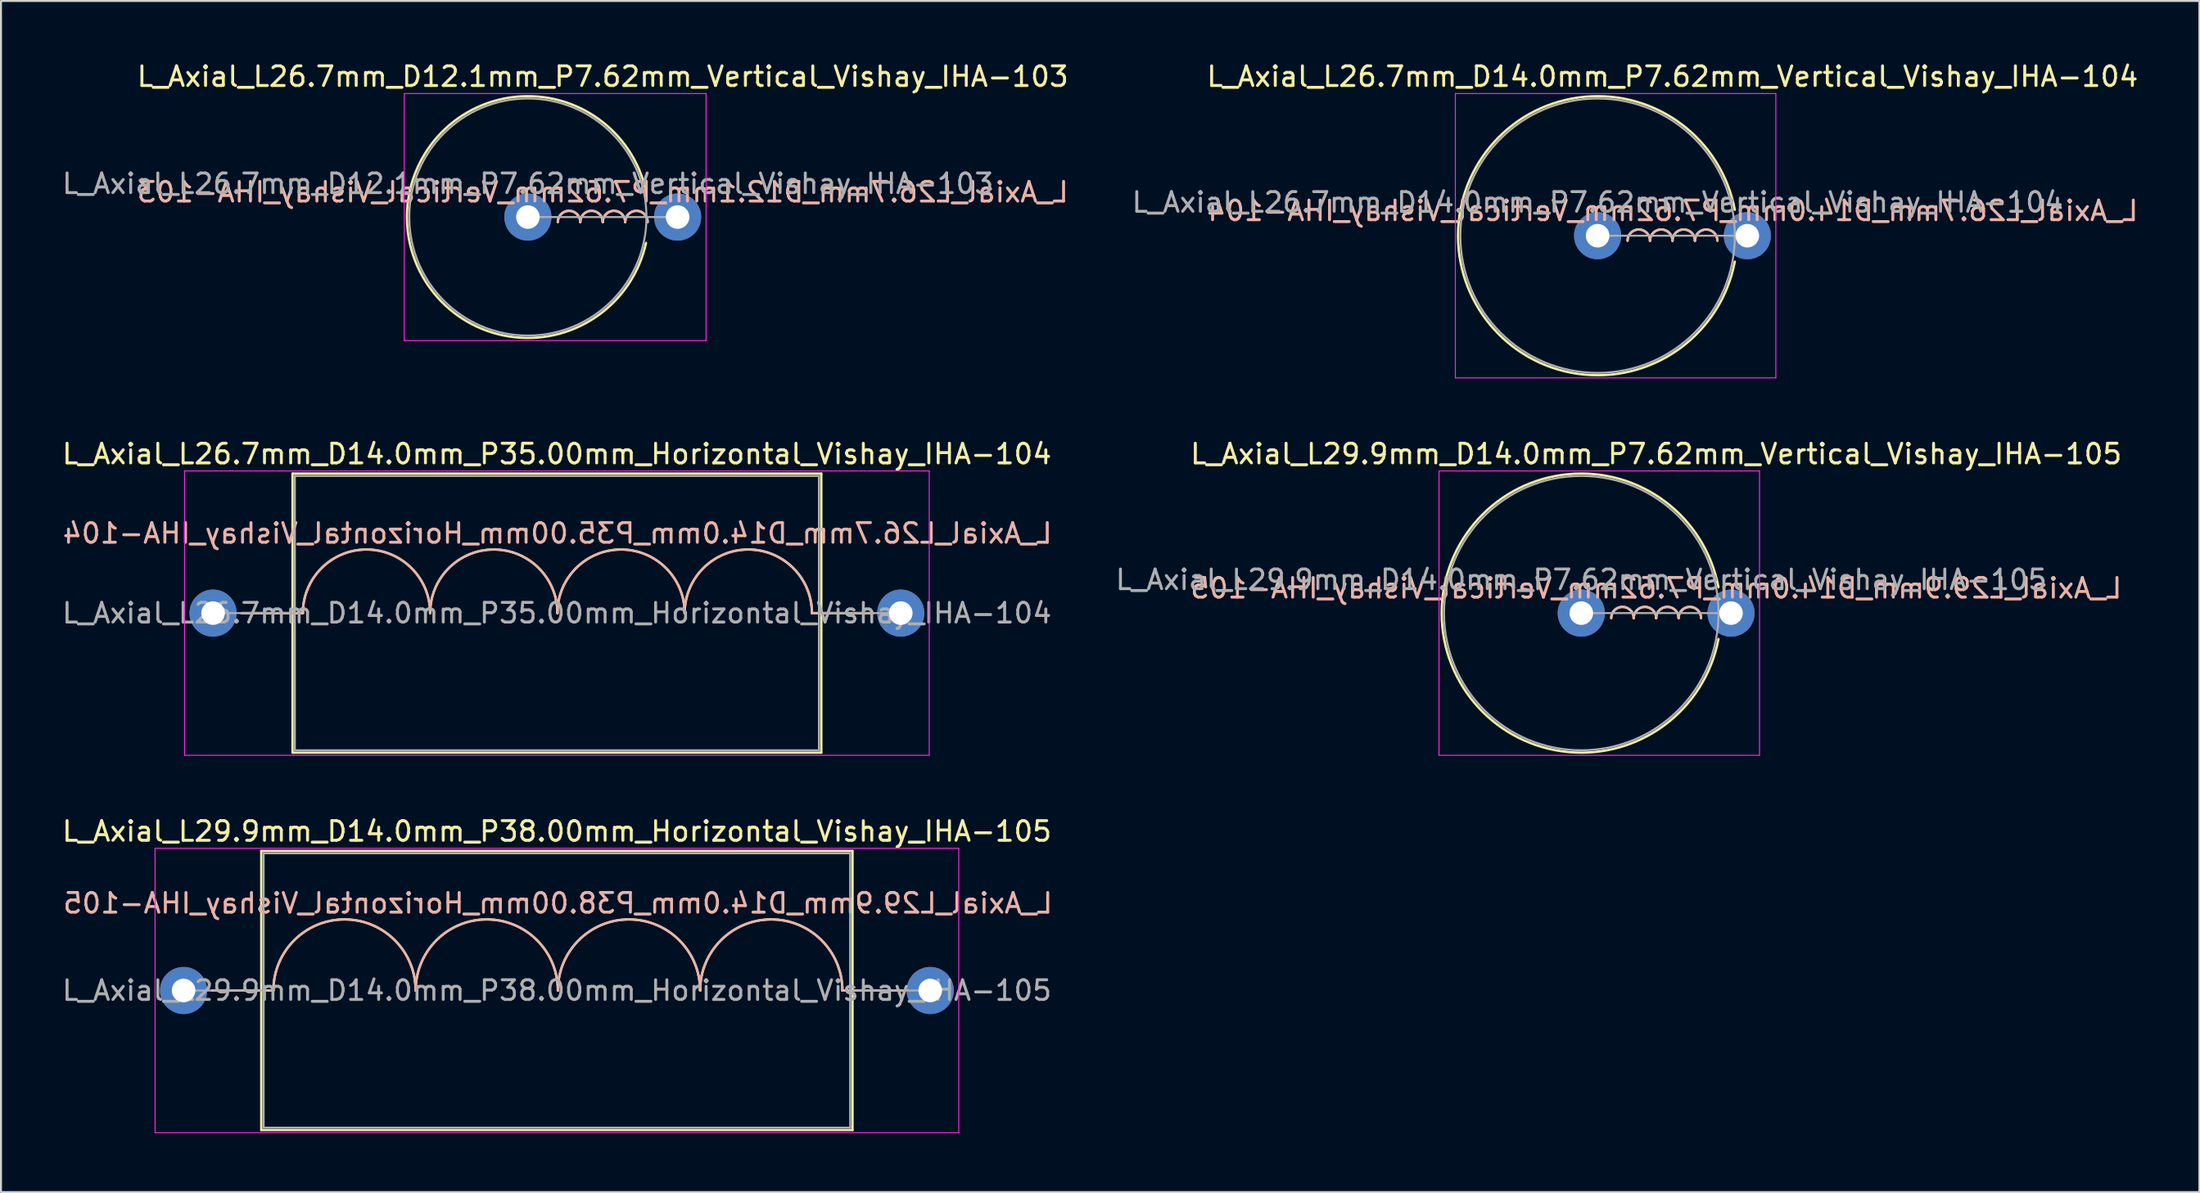
<source format=kicad_pcb>
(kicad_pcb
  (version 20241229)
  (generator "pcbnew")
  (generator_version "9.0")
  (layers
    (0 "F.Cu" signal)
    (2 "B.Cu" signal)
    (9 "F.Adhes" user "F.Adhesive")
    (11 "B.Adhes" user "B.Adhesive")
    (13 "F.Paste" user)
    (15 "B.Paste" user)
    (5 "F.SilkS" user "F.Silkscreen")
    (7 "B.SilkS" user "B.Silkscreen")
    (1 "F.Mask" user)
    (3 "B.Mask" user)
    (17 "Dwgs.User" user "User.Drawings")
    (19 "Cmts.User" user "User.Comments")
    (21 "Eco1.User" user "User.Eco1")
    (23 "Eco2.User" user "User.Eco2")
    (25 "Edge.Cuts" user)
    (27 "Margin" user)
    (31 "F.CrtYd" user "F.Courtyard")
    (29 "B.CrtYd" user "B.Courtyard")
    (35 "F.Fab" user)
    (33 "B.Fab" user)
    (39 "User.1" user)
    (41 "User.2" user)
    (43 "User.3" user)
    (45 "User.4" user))
  (footprint "L_Axial_L26.7mm_D12.1mm_P7.62mm_Vertical_Vishay_IHA-103"
    (layer "F.Cu")
    (at 23.815 8.003)
    (property "Reference" "L_Axial_L26.7mm_D12.1mm_P7.62mm_Vertical_Vishay_IHA-103" (at 3.81 -7.155 0) (layer "F.SilkS") (effects (font (size 1 1) (thickness 0.15))))
    (fp_arc (start 1.524 0.254) (mid 2.0955 -0.3175) (end 2.667 0.254) (stroke (width 0.12) (type solid)) (layer "F.SilkS"))
    (fp_arc (start 2.667 0.254) (mid 3.2385 -0.3175) (end 3.81 0.254) (stroke (width 0.12) (type solid)) (layer "F.SilkS"))
    (fp_arc (start 3.81 0.254) (mid 4.3815 -0.3175) (end 4.953 0.254) (stroke (width 0.12) (type solid)) (layer "F.SilkS"))
    (fp_arc (start 4.953 0.254) (mid 5.5245 -0.3175) (end 6.096 0.254) (stroke (width 0.12) (type solid)) (layer "F.SilkS"))
    (fp_arc (start 6.01179 1.32) (mid -6.155 0) (end 6.01179 -1.32) (stroke (width 0.12) (type solid)) (layer "F.SilkS"))
    (fp_arc (start 1.524 0.254) (mid 2.0955 -0.3175) (end 2.667 0.254) (stroke (width 0.12) (type solid)) (layer "B.SilkS"))
    (fp_arc (start 2.667 0.254) (mid 3.2385 -0.3175) (end 3.81 0.254) (stroke (width 0.12) (type solid)) (layer "B.SilkS"))
    (fp_arc (start 3.81 0.254) (mid 4.3815 -0.3175) (end 4.953 0.254) (stroke (width 0.12) (type solid)) (layer "B.SilkS"))
    (fp_arc (start 4.953 0.254) (mid 5.5245 -0.3175) (end 6.096 0.254) (stroke (width 0.12) (type solid)) (layer "B.SilkS"))
    (fp_line (start -6.29 -6.29) (end -6.29 6.29) (stroke (width 0.05) (type solid)) (layer "F.CrtYd"))
    (fp_line (start -6.29 6.29) (end 9.07 6.29) (stroke (width 0.05) (type solid)) (layer "F.CrtYd"))
    (fp_line (start 9.07 -6.29) (end -6.29 -6.29) (stroke (width 0.05) (type solid)) (layer "F.CrtYd"))
    (fp_line (start 9.07 6.29) (end 9.07 -6.29) (stroke (width 0.05) (type solid)) (layer "F.CrtYd"))
    (fp_line (start 0 0) (end 7.62 0) (stroke (width 0.1) (type solid)) (layer "F.Fab"))
    (fp_circle (center 0 0) (end 6.035 0) (stroke (width 0.1) (type solid)) (fill no) (layer "F.Fab"))
    (fp_text user "${REFERENCE}" (at 3.81 -1.27 0) (layer "B.SilkS") (effects (font (size 1 1) (thickness 0.15)) (justify mirror)))
    (fp_text user "${REFERENCE}" (at 0 -1.7 0) (layer "F.Fab") (effects (font (size 1 1) (thickness 0.15))))
    (pad "1" thru_hole circle (at 0 0) (size 2.4 2.4) (drill 1.2) (layers "*.Cu" "*.Mask"))
    (pad "2" thru_hole oval (at 7.62 0) (size 2.4 2.4) (drill 1.2) (layers "*.Cu" "*.Mask")))
  (footprint "L_Axial_L29.9mm_D14.0mm_P38.00mm_Horizontal_Vishay_IHA-105"
    (layer "F.Cu")
    (at 6.292 47.39)
    (property "Reference" "L_Axial_L29.9mm_D14.0mm_P38.00mm_Horizontal_Vishay_IHA-105" (at 19 -8.105 0) (layer "F.SilkS") (effects (font (size 1 1) (thickness 0.15))))
    (fp_line (start 1.44 0) (end 3.955 0) (stroke (width 0.12) (type solid)) (layer "F.SilkS"))
    (fp_line (start 3.955 -7.105) (end 3.955 7.105) (stroke (width 0.12) (type solid)) (layer "F.SilkS"))
    (fp_line (start 3.955 7.105) (end 34.045 7.105) (stroke (width 0.12) (type solid)) (layer "F.SilkS"))
    (fp_line (start 4.572 0) (end 3.955 0) (stroke (width 0.12) (type solid)) (layer "F.SilkS"))
    (fp_line (start 33.528 0) (end 34.036 0) (stroke (width 0.12) (type solid)) (layer "F.SilkS"))
    (fp_line (start 34.045 -7.105) (end 3.955 -7.105) (stroke (width 0.12) (type solid)) (layer "F.SilkS"))
    (fp_line (start 34.045 7.105) (end 34.045 -7.105) (stroke (width 0.12) (type solid)) (layer "F.SilkS"))
    (fp_line (start 36.56 0) (end 34.045 0) (stroke (width 0.12) (type solid)) (layer "F.SilkS"))
    (fp_arc (start 4.572 0) (mid 8.1915 -3.6195) (end 11.811 0) (stroke (width 0.12) (type solid)) (layer "F.SilkS"))
    (fp_arc (start 11.811 0) (mid 15.4305 -3.6195) (end 19.05 0) (stroke (width 0.12) (type solid)) (layer "F.SilkS"))
    (fp_arc (start 19.05 0) (mid 22.6695 -3.6195) (end 26.289 0) (stroke (width 0.12) (type solid)) (layer "F.SilkS"))
    (fp_arc (start 26.289 0) (mid 29.9085 -3.6195) (end 33.528 0) (stroke (width 0.12) (type solid)) (layer "F.SilkS"))
    (fp_line (start 1.54 0) (end 4.055 0) (stroke (width 0.12) (type solid)) (layer "B.SilkS"))
    (fp_line (start 4.572 0) (end 4.064 0) (stroke (width 0.12) (type solid)) (layer "B.SilkS"))
    (fp_line (start 33.528 0) (end 34.145 0) (stroke (width 0.12) (type solid)) (layer "B.SilkS"))
    (fp_line (start 36.66 0) (end 34.145 0) (stroke (width 0.12) (type solid)) (layer "B.SilkS"))
    (fp_arc (start 4.572 0) (mid 8.1915 -3.6195) (end 11.811 0) (stroke (width 0.12) (type solid)) (layer "B.SilkS"))
    (fp_arc (start 11.811 0) (mid 15.4305 -3.6195) (end 19.05 0) (stroke (width 0.12) (type solid)) (layer "B.SilkS"))
    (fp_arc (start 19.05 0) (mid 22.6695 -3.6195) (end 26.289 0) (stroke (width 0.12) (type solid)) (layer "B.SilkS"))
    (fp_arc (start 26.289 0) (mid 29.9085 -3.6195) (end 33.528 0) (stroke (width 0.12) (type solid)) (layer "B.SilkS"))
    (fp_line (start -1.45 -7.24) (end -1.45 7.24) (stroke (width 0.05) (type solid)) (layer "F.CrtYd"))
    (fp_line (start -1.45 7.24) (end 39.45 7.24) (stroke (width 0.05) (type solid)) (layer "F.CrtYd"))
    (fp_line (start 39.45 -7.24) (end -1.45 -7.24) (stroke (width 0.05) (type solid)) (layer "F.CrtYd"))
    (fp_line (start 39.45 7.24) (end 39.45 -7.24) (stroke (width 0.05) (type solid)) (layer "F.CrtYd"))
    (fp_line (start 0 0) (end 4.075 0) (stroke (width 0.1) (type solid)) (layer "F.Fab"))
    (fp_line (start 4.075 -6.985) (end 4.075 6.985) (stroke (width 0.1) (type solid)) (layer "F.Fab"))
    (fp_line (start 4.075 6.985) (end 33.925 6.985) (stroke (width 0.1) (type solid)) (layer "F.Fab"))
    (fp_line (start 33.925 -6.985) (end 4.075 -6.985) (stroke (width 0.1) (type solid)) (layer "F.Fab"))
    (fp_line (start 33.925 6.985) (end 33.925 -6.985) (stroke (width 0.1) (type solid)) (layer "F.Fab"))
    (fp_line (start 38 0) (end 33.925 0) (stroke (width 0.1) (type solid)) (layer "F.Fab"))
    (fp_text user "${REFERENCE}" (at 19.05 -4.445 0) (layer "B.SilkS") (effects (font (size 1 1) (thickness 0.15)) (justify mirror)))
    (fp_text user "${REFERENCE}" (at 19 0 0) (layer "F.Fab") (effects (font (size 1 1) (thickness 0.15))))
    (pad "1" thru_hole circle (at 0 0) (size 2.4 2.4) (drill 1.2) (layers "*.Cu" "*.Mask"))
    (pad "2" thru_hole oval (at 38 0) (size 2.4 2.4) (drill 1.2) (layers "*.Cu" "*.Mask")))
  (footprint "L_Axial_L26.7mm_D14.0mm_P35.00mm_Horizontal_Vishay_IHA-104"
    (layer "F.Cu")
    (at 7.792 28.172)
    (property "Reference" "L_Axial_L26.7mm_D14.0mm_P35.00mm_Horizontal_Vishay_IHA-104" (at 17.5 -8.105 0) (layer "F.SilkS") (effects (font (size 1 1) (thickness 0.15))))
    (fp_line (start 1.44 0) (end 4.045 0) (stroke (width 0.12) (type solid)) (layer "F.SilkS"))
    (fp_line (start 4.045 -7.105) (end 4.045 7.105) (stroke (width 0.12) (type solid)) (layer "F.SilkS"))
    (fp_line (start 4.045 7.105) (end 30.955 7.105) (stroke (width 0.12) (type solid)) (layer "F.SilkS"))
    (fp_line (start 4.572 0) (end 4.045 0) (stroke (width 0.12) (type solid)) (layer "F.SilkS"))
    (fp_line (start 30.48 0) (end 30.988 0) (stroke (width 0.12) (type solid)) (layer "F.SilkS"))
    (fp_line (start 30.955 -7.105) (end 4.045 -7.105) (stroke (width 0.12) (type solid)) (layer "F.SilkS"))
    (fp_line (start 30.955 7.105) (end 30.955 -7.105) (stroke (width 0.12) (type solid)) (layer "F.SilkS"))
    (fp_line (start 33.56 0) (end 30.955 0) (stroke (width 0.12) (type solid)) (layer "F.SilkS"))
    (fp_arc (start 4.572 0) (mid 7.8105 -3.2385) (end 11.049 0) (stroke (width 0.12) (type solid)) (layer "F.SilkS"))
    (fp_arc (start 11.049 0) (mid 14.2875 -3.2385) (end 17.526 0) (stroke (width 0.12) (type solid)) (layer "F.SilkS"))
    (fp_arc (start 17.526 0) (mid 20.7645 -3.2385) (end 24.003 0) (stroke (width 0.12) (type solid)) (layer "F.SilkS"))
    (fp_arc (start 24.003 0) (mid 27.2415 -3.2385) (end 30.48 0) (stroke (width 0.12) (type solid)) (layer "F.SilkS"))
    (fp_line (start 1.492 0) (end 4.097 0) (stroke (width 0.12) (type solid)) (layer "B.SilkS"))
    (fp_line (start 4.572 0) (end 4.064 0) (stroke (width 0.12) (type solid)) (layer "B.SilkS"))
    (fp_line (start 30.48 0) (end 31.007 0) (stroke (width 0.12) (type solid)) (layer "B.SilkS"))
    (fp_line (start 33.612 0) (end 31.007 0) (stroke (width 0.12) (type solid)) (layer "B.SilkS"))
    (fp_arc (start 4.572 0) (mid 7.8105 -3.2385) (end 11.049 0) (stroke (width 0.12) (type solid)) (layer "B.SilkS"))
    (fp_arc (start 11.049 0) (mid 14.2875 -3.2385) (end 17.526 0) (stroke (width 0.12) (type solid)) (layer "B.SilkS"))
    (fp_arc (start 17.526 0) (mid 20.7645 -3.2385) (end 24.003 0) (stroke (width 0.12) (type solid)) (layer "B.SilkS"))
    (fp_arc (start 24.003 0) (mid 27.2415 -3.2385) (end 30.48 0) (stroke (width 0.12) (type solid)) (layer "B.SilkS"))
    (fp_line (start -1.45 -7.24) (end -1.45 7.24) (stroke (width 0.05) (type solid)) (layer "F.CrtYd"))
    (fp_line (start -1.45 7.24) (end 36.45 7.24) (stroke (width 0.05) (type solid)) (layer "F.CrtYd"))
    (fp_line (start 36.45 -7.24) (end -1.45 -7.24) (stroke (width 0.05) (type solid)) (layer "F.CrtYd"))
    (fp_line (start 36.45 7.24) (end 36.45 -7.24) (stroke (width 0.05) (type solid)) (layer "F.CrtYd"))
    (fp_line (start 0 0) (end 4.165 0) (stroke (width 0.1) (type solid)) (layer "F.Fab"))
    (fp_line (start 4.165 -6.985) (end 4.165 6.985) (stroke (width 0.1) (type solid)) (layer "F.Fab"))
    (fp_line (start 4.165 6.985) (end 30.835 6.985) (stroke (width 0.1) (type solid)) (layer "F.Fab"))
    (fp_line (start 30.835 -6.985) (end 4.165 -6.985) (stroke (width 0.1) (type solid)) (layer "F.Fab"))
    (fp_line (start 30.835 6.985) (end 30.835 -6.985) (stroke (width 0.1) (type solid)) (layer "F.Fab"))
    (fp_line (start 35 0) (end 30.835 0) (stroke (width 0.1) (type solid)) (layer "F.Fab"))
    (fp_text user "${REFERENCE}" (at 17.526 -4.064 0) (layer "B.SilkS") (effects (font (size 1 1) (thickness 0.15)) (justify mirror)))
    (fp_text user "${REFERENCE}" (at 17.5 0 0) (layer "F.Fab") (effects (font (size 1 1) (thickness 0.15))))
    (pad "1" thru_hole circle (at 0 0) (size 2.4 2.4) (drill 1.2) (layers "*.Cu" "*.Mask"))
    (pad "2" thru_hole oval (at 35 0) (size 2.4 2.4) (drill 1.2) (layers "*.Cu" "*.Mask")))
  (footprint "L_Axial_L29.9mm_D14.0mm_P7.62mm_Vertical_Vishay_IHA-105"
    (layer "F.Cu")
    (at 77.425 28.172)
    (property "Reference" "L_Axial_L29.9mm_D14.0mm_P7.62mm_Vertical_Vishay_IHA-105" (at 3.81 -8.105 0) (layer "F.SilkS") (effects (font (size 1 1) (thickness 0.15))))
    (fp_arc (start 1.524 0.254) (mid 2.0955 -0.3175) (end 2.667 0.254) (stroke (width 0.12) (type solid)) (layer "F.SilkS"))
    (fp_arc (start 2.667 0.254) (mid 3.2385 -0.3175) (end 3.81 0.254) (stroke (width 0.12) (type solid)) (layer "F.SilkS"))
    (fp_arc (start 3.81 0.254) (mid 4.3815 -0.3175) (end 4.953 0.254) (stroke (width 0.12) (type solid)) (layer "F.SilkS"))
    (fp_arc (start 4.953 0.254) (mid 5.5245 -0.3175) (end 6.096 0.254) (stroke (width 0.12) (type solid)) (layer "F.SilkS"))
    (fp_arc (start 6.981305 1.32) (mid -7.105 0) (end 6.981305 -1.32) (stroke (width 0.12) (type solid)) (layer "F.SilkS"))
    (fp_arc (start 1.524 0.254) (mid 2.0955 -0.3175) (end 2.667 0.254) (stroke (width 0.12) (type solid)) (layer "B.SilkS"))
    (fp_arc (start 2.667 0.254) (mid 3.2385 -0.3175) (end 3.81 0.254) (stroke (width 0.12) (type solid)) (layer "B.SilkS"))
    (fp_arc (start 3.81 0.254) (mid 4.3815 -0.3175) (end 4.953 0.254) (stroke (width 0.12) (type solid)) (layer "B.SilkS"))
    (fp_arc (start 4.953 0.254) (mid 5.5245 -0.3175) (end 6.096 0.254) (stroke (width 0.12) (type solid)) (layer "B.SilkS"))
    (fp_line (start -7.24 -7.24) (end -7.24 7.24) (stroke (width 0.05) (type solid)) (layer "F.CrtYd"))
    (fp_line (start -7.24 7.24) (end 9.07 7.24) (stroke (width 0.05) (type solid)) (layer "F.CrtYd"))
    (fp_line (start 9.07 -7.24) (end -7.24 -7.24) (stroke (width 0.05) (type solid)) (layer "F.CrtYd"))
    (fp_line (start 9.07 7.24) (end 9.07 -7.24) (stroke (width 0.05) (type solid)) (layer "F.CrtYd"))
    (fp_line (start 0 0) (end 7.62 0) (stroke (width 0.1) (type solid)) (layer "F.Fab"))
    (fp_circle (center 0 0) (end 6.985 0) (stroke (width 0.1) (type solid)) (fill no) (layer "F.Fab"))
    (fp_text user "${REFERENCE}" (at 3.81 -1.27 0) (layer "B.SilkS") (effects (font (size 1 1) (thickness 0.15)) (justify mirror)))
    (fp_text user "${REFERENCE}" (at 0 -1.7 0) (layer "F.Fab") (effects (font (size 1 1) (thickness 0.15))))
    (pad "1" thru_hole circle (at 0 0) (size 2.4 2.4) (drill 1.2) (layers "*.Cu" "*.Mask"))
    (pad "2" thru_hole oval (at 7.62 0) (size 2.4 2.4) (drill 1.2) (layers "*.Cu" "*.Mask")))
  (footprint "L_Axial_L26.7mm_D14.0mm_P7.62mm_Vertical_Vishay_IHA-104"
    (layer "F.Cu")
    (at 78.256 8.953)
    (property "Reference" "L_Axial_L26.7mm_D14.0mm_P7.62mm_Vertical_Vishay_IHA-104" (at 3.81 -8.105 0) (layer "F.SilkS") (effects (font (size 1 1) (thickness 0.15))))
    (fp_arc (start 1.524 0.254) (mid 2.0955 -0.3175) (end 2.667 0.254) (stroke (width 0.12) (type solid)) (layer "F.SilkS"))
    (fp_arc (start 2.667 0.254) (mid 3.2385 -0.3175) (end 3.81 0.254) (stroke (width 0.12) (type solid)) (layer "F.SilkS"))
    (fp_arc (start 3.81 0.254) (mid 4.3815 -0.3175) (end 4.953 0.254) (stroke (width 0.12) (type solid)) (layer "F.SilkS"))
    (fp_arc (start 4.953 0.254) (mid 5.5245 -0.3175) (end 6.096 0.254) (stroke (width 0.12) (type solid)) (layer "F.SilkS"))
    (fp_arc (start 6.981305 1.32) (mid -7.105 0) (end 6.981305 -1.32) (stroke (width 0.12) (type solid)) (layer "F.SilkS"))
    (fp_arc (start 1.524 0.254) (mid 2.0955 -0.3175) (end 2.667 0.254) (stroke (width 0.12) (type solid)) (layer "B.SilkS"))
    (fp_arc (start 2.667 0.254) (mid 3.2385 -0.3175) (end 3.81 0.254) (stroke (width 0.12) (type solid)) (layer "B.SilkS"))
    (fp_arc (start 3.81 0.254) (mid 4.3815 -0.3175) (end 4.953 0.254) (stroke (width 0.12) (type solid)) (layer "B.SilkS"))
    (fp_arc (start 4.953 0.254) (mid 5.5245 -0.3175) (end 6.096 0.254) (stroke (width 0.12) (type solid)) (layer "B.SilkS"))
    (fp_line (start -7.24 -7.24) (end -7.24 7.24) (stroke (width 0.05) (type solid)) (layer "F.CrtYd"))
    (fp_line (start -7.24 7.24) (end 9.07 7.24) (stroke (width 0.05) (type solid)) (layer "F.CrtYd"))
    (fp_line (start 9.07 -7.24) (end -7.24 -7.24) (stroke (width 0.05) (type solid)) (layer "F.CrtYd"))
    (fp_line (start 9.07 7.24) (end 9.07 -7.24) (stroke (width 0.05) (type solid)) (layer "F.CrtYd"))
    (fp_line (start 0 0) (end 7.62 0) (stroke (width 0.1) (type solid)) (layer "F.Fab"))
    (fp_circle (center 0 0) (end 6.985 0) (stroke (width 0.1) (type solid)) (fill no) (layer "F.Fab"))
    (fp_text user "${REFERENCE}" (at 3.81 -1.27 0) (layer "B.SilkS") (effects (font (size 1 1) (thickness 0.15)) (justify mirror)))
    (fp_text user "${REFERENCE}" (at 0 -1.7 0) (layer "F.Fab") (effects (font (size 1 1) (thickness 0.15))))
    (pad "1" thru_hole circle (at 0 0) (size 2.4 2.4) (drill 1.2) (layers "*.Cu" "*.Mask"))
    (pad "2" thru_hole oval (at 7.62 0) (size 2.4 2.4) (drill 1.2) (layers "*.Cu" "*.Mask")))
  (gr_rect
    (start -3 -3)
    (end 108.882 57.655)
    (stroke (width 0.1) (type default))
    (fill no)
    (layer "Edge.Cuts")))
</source>
